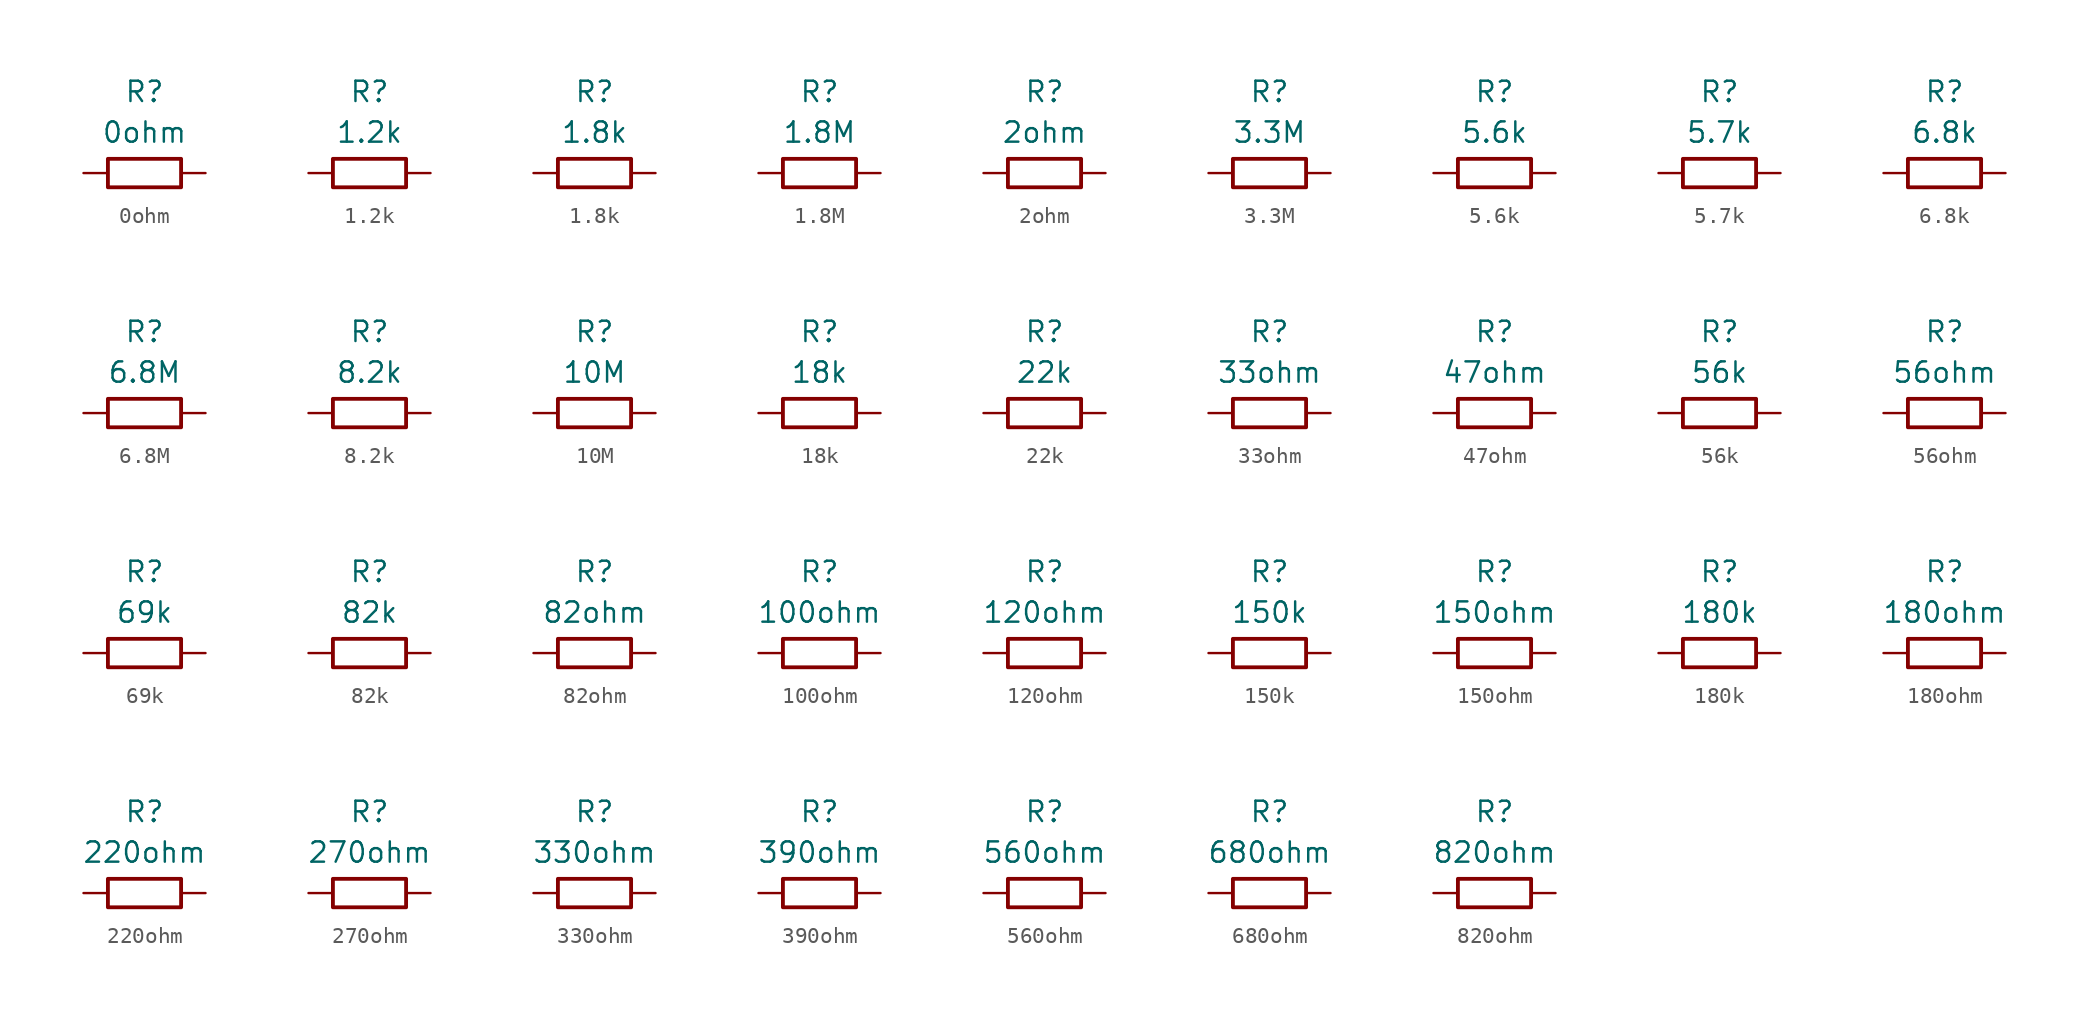
<source format=kicad_sym>
(kicad_symbol_lib
  (version 20220914)
  (generator kicad_symbol_editor)
  (symbol "0ohm"
    (property "Reference" "R"
      (at 0 5.08 0)
      (effects (font (size 1.27 1.27))))
    (property "Value" "0ohm"
      (at 0 2.54 0)
      (effects (font (size 1.27 1.27))))
    (symbol "0ohm_0_1"
      (rectangle (start -2.286 0.889) (end 2.286 -0.889) (stroke (width 0.24) (type default)) (fill (type none))))
    (symbol "0ohm_1_1"
      (pin passive line (at -3.81 0 0) (length 1.5) (name "" (effects (font (size 1.27 1.27)))) (number "1" (effects (font (size 0 0)))))
      (pin passive line (at 3.81 0 180) (length 1.5) (name "~" (effects (font (size 1.27 1.27)))) (number "2" (effects (font (size 0 0)))))))
  (symbol "1.2k"
    (property "Reference" "R"
      (at 0 5.08 0)
      (effects (font (size 1.27 1.27))))
    (property "Value" "1.2k"
      (at 0 2.54 0)
      (effects (font (size 1.27 1.27))))
    (symbol "1.2k_0_1"
      (rectangle (start -2.286 0.889) (end 2.286 -0.889) (stroke (width 0.24) (type default)) (fill (type none))))
    (symbol "1.2k_1_1"
      (pin passive line (at -3.81 0 0) (length 1.5) (name "" (effects (font (size 1.27 1.27)))) (number "1" (effects (font (size 0 0)))))
      (pin passive line (at 3.81 0 180) (length 1.5) (name "~" (effects (font (size 1.27 1.27)))) (number "2" (effects (font (size 0 0)))))))
  (symbol "1.8k"
    (property "Reference" "R"
      (at 0 5.08 0)
      (effects (font (size 1.27 1.27))))
    (property "Value" "1.8k"
      (at 0 2.54 0)
      (effects (font (size 1.27 1.27))))
    (symbol "1.8k_0_1"
      (rectangle (start -2.286 0.889) (end 2.286 -0.889) (stroke (width 0.24) (type default)) (fill (type none))))
    (symbol "1.8k_1_1"
      (pin passive line (at -3.81 0 0) (length 1.5) (name "" (effects (font (size 1.27 1.27)))) (number "1" (effects (font (size 0 0)))))
      (pin passive line (at 3.81 0 180) (length 1.5) (name "~" (effects (font (size 1.27 1.27)))) (number "2" (effects (font (size 0 0)))))))
  (symbol "1.8M"
    (property "Reference" "R"
      (at 0 5.08 0)
      (effects (font (size 1.27 1.27))))
    (property "Value" "1.8M"
      (at 0 2.54 0)
      (effects (font (size 1.27 1.27))))
    (symbol "1.8M_0_1"
      (rectangle (start -2.286 0.889) (end 2.286 -0.889) (stroke (width 0.24) (type default)) (fill (type none))))
    (symbol "1.8M_1_1"
      (pin passive line (at -3.81 0 0) (length 1.5) (name "" (effects (font (size 1.27 1.27)))) (number "1" (effects (font (size 0 0)))))
      (pin passive line (at 3.81 0 180) (length 1.5) (name "~" (effects (font (size 1.27 1.27)))) (number "2" (effects (font (size 0 0)))))))
  (symbol "2ohm"
    (property "Reference" "R"
      (at 0 5.08 0)
      (effects (font (size 1.27 1.27))))
    (property "Value" "2ohm"
      (at 0 2.54 0)
      (effects (font (size 1.27 1.27))))
    (symbol "2ohm_0_1"
      (rectangle (start -2.286 0.889) (end 2.286 -0.889) (stroke (width 0.24) (type default)) (fill (type none))))
    (symbol "2ohm_1_1"
      (pin passive line (at -3.81 0 0) (length 1.5) (name "" (effects (font (size 1.27 1.27)))) (number "1" (effects (font (size 0 0)))))
      (pin passive line (at 3.81 0 180) (length 1.5) (name "~" (effects (font (size 1.27 1.27)))) (number "2" (effects (font (size 0 0)))))))
  (symbol "3.3M"
    (property "Reference" "R"
      (at 0 5.08 0)
      (effects (font (size 1.27 1.27))))
    (property "Value" "3.3M"
      (at 0 2.54 0)
      (effects (font (size 1.27 1.27))))
    (symbol "3.3M_0_1"
      (rectangle (start -2.286 0.889) (end 2.286 -0.889) (stroke (width 0.24) (type default)) (fill (type none))))
    (symbol "3.3M_1_1"
      (pin passive line (at -3.81 0 0) (length 1.5) (name "" (effects (font (size 1.27 1.27)))) (number "1" (effects (font (size 0 0)))))
      (pin passive line (at 3.81 0 180) (length 1.5) (name "~" (effects (font (size 1.27 1.27)))) (number "2" (effects (font (size 0 0)))))))
  (symbol "5.6k"
    (property "Reference" "R"
      (at 0 5.08 0)
      (effects (font (size 1.27 1.27))))
    (property "Value" "5.6k"
      (at 0 2.54 0)
      (effects (font (size 1.27 1.27))))
    (symbol "5.6k_0_1"
      (rectangle (start -2.286 0.889) (end 2.286 -0.889) (stroke (width 0.24) (type default)) (fill (type none))))
    (symbol "5.6k_1_1"
      (pin passive line (at -3.81 0 0) (length 1.5) (name "" (effects (font (size 1.27 1.27)))) (number "1" (effects (font (size 0 0)))))
      (pin passive line (at 3.81 0 180) (length 1.5) (name "~" (effects (font (size 1.27 1.27)))) (number "2" (effects (font (size 0 0)))))))
  (symbol "5.7k"
    (property "Reference" "R"
      (at 0 5.08 0)
      (effects (font (size 1.27 1.27))))
    (property "Value" "5.7k"
      (at 0 2.54 0)
      (effects (font (size 1.27 1.27))))
    (symbol "5.7k_0_1"
      (rectangle (start -2.286 0.889) (end 2.286 -0.889) (stroke (width 0.24) (type default)) (fill (type none))))
    (symbol "5.7k_1_1"
      (pin passive line (at -3.81 0 0) (length 1.5) (name "" (effects (font (size 1.27 1.27)))) (number "1" (effects (font (size 0 0)))))
      (pin passive line (at 3.81 0 180) (length 1.5) (name "~" (effects (font (size 1.27 1.27)))) (number "2" (effects (font (size 0 0)))))))
  (symbol "6.8k"
    (property "Reference" "R"
      (at 0 5.08 0)
      (effects (font (size 1.27 1.27))))
    (property "Value" "6.8k"
      (at 0 2.54 0)
      (effects (font (size 1.27 1.27))))
    (symbol "6.8k_0_1"
      (rectangle (start -2.286 0.889) (end 2.286 -0.889) (stroke (width 0.24) (type default)) (fill (type none))))
    (symbol "6.8k_1_1"
      (pin passive line (at -3.81 0 0) (length 1.5) (name "" (effects (font (size 1.27 1.27)))) (number "1" (effects (font (size 0 0)))))
      (pin passive line (at 3.81 0 180) (length 1.5) (name "~" (effects (font (size 1.27 1.27)))) (number "2" (effects (font (size 0 0)))))))
  (symbol "6.8M"
    (property "Reference" "R"
      (at 0 5.08 0)
      (effects (font (size 1.27 1.27))))
    (property "Value" "6.8M"
      (at 0 2.54 0)
      (effects (font (size 1.27 1.27))))
    (symbol "6.8M_0_1"
      (rectangle (start -2.286 0.889) (end 2.286 -0.889) (stroke (width 0.24) (type default)) (fill (type none))))
    (symbol "6.8M_1_1"
      (pin passive line (at -3.81 0 0) (length 1.5) (name "" (effects (font (size 1.27 1.27)))) (number "1" (effects (font (size 0 0)))))
      (pin passive line (at 3.81 0 180) (length 1.5) (name "~" (effects (font (size 1.27 1.27)))) (number "2" (effects (font (size 0 0)))))))
  (symbol "8.2k"
    (property "Reference" "R"
      (at 0 5.08 0)
      (effects (font (size 1.27 1.27))))
    (property "Value" "8.2k"
      (at 0 2.54 0)
      (effects (font (size 1.27 1.27))))
    (symbol "8.2k_0_1"
      (rectangle (start -2.286 0.889) (end 2.286 -0.889) (stroke (width 0.24) (type default)) (fill (type none))))
    (symbol "8.2k_1_1"
      (pin passive line (at -3.81 0 0) (length 1.5) (name "" (effects (font (size 1.27 1.27)))) (number "1" (effects (font (size 0 0)))))
      (pin passive line (at 3.81 0 180) (length 1.5) (name "~" (effects (font (size 1.27 1.27)))) (number "2" (effects (font (size 0 0)))))))
  (symbol "10M"
    (property "Reference" "R"
      (at 0 5.08 0)
      (effects (font (size 1.27 1.27))))
    (property "Value" "10M"
      (at 0 2.54 0)
      (effects (font (size 1.27 1.27))))
    (symbol "10M_0_1"
      (rectangle (start -2.286 0.889) (end 2.286 -0.889) (stroke (width 0.24) (type default)) (fill (type none))))
    (symbol "10M_1_1"
      (pin passive line (at -3.81 0 0) (length 1.5) (name "" (effects (font (size 1.27 1.27)))) (number "1" (effects (font (size 0 0)))))
      (pin passive line (at 3.81 0 180) (length 1.5) (name "~" (effects (font (size 1.27 1.27)))) (number "2" (effects (font (size 0 0)))))))
  (symbol "18k"
    (property "Reference" "R"
      (at 0 5.08 0)
      (effects (font (size 1.27 1.27))))
    (property "Value" "18k"
      (at 0 2.54 0)
      (effects (font (size 1.27 1.27))))
    (symbol "18k_0_1"
      (rectangle (start -2.286 0.889) (end 2.286 -0.889) (stroke (width 0.24) (type default)) (fill (type none))))
    (symbol "18k_1_1"
      (pin passive line (at -3.81 0 0) (length 1.5) (name "" (effects (font (size 1.27 1.27)))) (number "1" (effects (font (size 0 0)))))
      (pin passive line (at 3.81 0 180) (length 1.5) (name "~" (effects (font (size 1.27 1.27)))) (number "2" (effects (font (size 0 0)))))))
  (symbol "22k"
    (property "Reference" "R"
      (at 0 5.08 0)
      (effects (font (size 1.27 1.27))))
    (property "Value" "22k"
      (at 0 2.54 0)
      (effects (font (size 1.27 1.27))))
    (symbol "22k_0_1"
      (rectangle (start -2.286 0.889) (end 2.286 -0.889) (stroke (width 0.24) (type default)) (fill (type none))))
    (symbol "22k_1_1"
      (pin passive line (at -3.81 0 0) (length 1.5) (name "" (effects (font (size 1.27 1.27)))) (number "1" (effects (font (size 0 0)))))
      (pin passive line (at 3.81 0 180) (length 1.5) (name "~" (effects (font (size 1.27 1.27)))) (number "2" (effects (font (size 0 0)))))))
  (symbol "33ohm"
    (property "Reference" "R"
      (at 0 5.08 0)
      (effects (font (size 1.27 1.27))))
    (property "Value" "33ohm"
      (at 0 2.54 0)
      (effects (font (size 1.27 1.27))))
    (symbol "33ohm_0_1"
      (rectangle (start -2.286 0.889) (end 2.286 -0.889) (stroke (width 0.24) (type default)) (fill (type none))))
    (symbol "33ohm_1_1"
      (pin passive line (at -3.81 0 0) (length 1.5) (name "" (effects (font (size 1.27 1.27)))) (number "1" (effects (font (size 0 0)))))
      (pin passive line (at 3.81 0 180) (length 1.5) (name "~" (effects (font (size 1.27 1.27)))) (number "2" (effects (font (size 0 0)))))))
  (symbol "47ohm"
    (property "Reference" "R"
      (at 0 5.08 0)
      (effects (font (size 1.27 1.27))))
    (property "Value" "47ohm"
      (at 0 2.54 0)
      (effects (font (size 1.27 1.27))))
    (symbol "47ohm_0_1"
      (rectangle (start -2.286 0.889) (end 2.286 -0.889) (stroke (width 0.24) (type default)) (fill (type none))))
    (symbol "47ohm_1_1"
      (pin passive line (at -3.81 0 0) (length 1.5) (name "" (effects (font (size 1.27 1.27)))) (number "1" (effects (font (size 0 0)))))
      (pin passive line (at 3.81 0 180) (length 1.5) (name "~" (effects (font (size 1.27 1.27)))) (number "2" (effects (font (size 0 0)))))))
  (symbol "56k"
    (property "Reference" "R"
      (at 0 5.08 0)
      (effects (font (size 1.27 1.27))))
    (property "Value" "56k"
      (at 0 2.54 0)
      (effects (font (size 1.27 1.27))))
    (symbol "56k_0_1"
      (rectangle (start -2.286 0.889) (end 2.286 -0.889) (stroke (width 0.24) (type default)) (fill (type none))))
    (symbol "56k_1_1"
      (pin passive line (at -3.81 0 0) (length 1.5) (name "" (effects (font (size 1.27 1.27)))) (number "1" (effects (font (size 0 0)))))
      (pin passive line (at 3.81 0 180) (length 1.5) (name "~" (effects (font (size 1.27 1.27)))) (number "2" (effects (font (size 0 0)))))))
  (symbol "56ohm"
    (property "Reference" "R"
      (at 0 5.08 0)
      (effects (font (size 1.27 1.27))))
    (property "Value" "56ohm"
      (at 0 2.54 0)
      (effects (font (size 1.27 1.27))))
    (symbol "56ohm_0_1"
      (rectangle (start -2.286 0.889) (end 2.286 -0.889) (stroke (width 0.24) (type default)) (fill (type none))))
    (symbol "56ohm_1_1"
      (pin passive line (at -3.81 0 0) (length 1.5) (name "" (effects (font (size 1.27 1.27)))) (number "1" (effects (font (size 0 0)))))
      (pin passive line (at 3.81 0 180) (length 1.5) (name "~" (effects (font (size 1.27 1.27)))) (number "2" (effects (font (size 0 0)))))))
  (symbol "69k"
    (property "Reference" "R"
      (at 0 5.08 0)
      (effects (font (size 1.27 1.27))))
    (property "Value" "69k"
      (at 0 2.54 0)
      (effects (font (size 1.27 1.27))))
    (symbol "69k_0_1"
      (rectangle (start -2.286 0.889) (end 2.286 -0.889) (stroke (width 0.24) (type default)) (fill (type none))))
    (symbol "69k_1_1"
      (pin passive line (at -3.81 0 0) (length 1.5) (name "" (effects (font (size 1.27 1.27)))) (number "1" (effects (font (size 0 0)))))
      (pin passive line (at 3.81 0 180) (length 1.5) (name "~" (effects (font (size 1.27 1.27)))) (number "2" (effects (font (size 0 0)))))))
  (symbol "82k"
    (property "Reference" "R"
      (at 0 5.08 0)
      (effects (font (size 1.27 1.27))))
    (property "Value" "82k"
      (at 0 2.54 0)
      (effects (font (size 1.27 1.27))))
    (symbol "82k_0_1"
      (rectangle (start -2.286 0.889) (end 2.286 -0.889) (stroke (width 0.24) (type default)) (fill (type none))))
    (symbol "82k_1_1"
      (pin passive line (at -3.81 0 0) (length 1.5) (name "" (effects (font (size 1.27 1.27)))) (number "1" (effects (font (size 0 0)))))
      (pin passive line (at 3.81 0 180) (length 1.5) (name "~" (effects (font (size 1.27 1.27)))) (number "2" (effects (font (size 0 0)))))))
  (symbol "82ohm"
    (property "Reference" "R"
      (at 0 5.08 0)
      (effects (font (size 1.27 1.27))))
    (property "Value" "82ohm"
      (at 0 2.54 0)
      (effects (font (size 1.27 1.27))))
    (symbol "82ohm_0_1"
      (rectangle (start -2.286 0.889) (end 2.286 -0.889) (stroke (width 0.24) (type default)) (fill (type none))))
    (symbol "82ohm_1_1"
      (pin passive line (at -3.81 0 0) (length 1.5) (name "" (effects (font (size 1.27 1.27)))) (number "1" (effects (font (size 0 0)))))
      (pin passive line (at 3.81 0 180) (length 1.5) (name "~" (effects (font (size 1.27 1.27)))) (number "2" (effects (font (size 0 0)))))))
  (symbol "100ohm"
    (property "Reference" "R"
      (at 0 5.08 0)
      (effects (font (size 1.27 1.27))))
    (property "Value" "100ohm"
      (at 0 2.54 0)
      (effects (font (size 1.27 1.27))))
    (symbol "100ohm_0_1"
      (rectangle (start -2.286 0.889) (end 2.286 -0.889) (stroke (width 0.24) (type default)) (fill (type none))))
    (symbol "100ohm_1_1"
      (pin passive line (at -3.81 0 0) (length 1.5) (name "" (effects (font (size 1.27 1.27)))) (number "1" (effects (font (size 0 0)))))
      (pin passive line (at 3.81 0 180) (length 1.5) (name "~" (effects (font (size 1.27 1.27)))) (number "2" (effects (font (size 0 0)))))))
  (symbol "120ohm"
    (property "Reference" "R"
      (at 0 5.08 0)
      (effects (font (size 1.27 1.27))))
    (property "Value" "120ohm"
      (at 0 2.54 0)
      (effects (font (size 1.27 1.27))))
    (symbol "120ohm_0_1"
      (rectangle (start -2.286 0.889) (end 2.286 -0.889) (stroke (width 0.24) (type default)) (fill (type none))))
    (symbol "120ohm_1_1"
      (pin passive line (at -3.81 0 0) (length 1.5) (name "" (effects (font (size 1.27 1.27)))) (number "1" (effects (font (size 0 0)))))
      (pin passive line (at 3.81 0 180) (length 1.5) (name "~" (effects (font (size 1.27 1.27)))) (number "2" (effects (font (size 0 0)))))))
  (symbol "150k"
    (property "Reference" "R"
      (at 0 5.08 0)
      (effects (font (size 1.27 1.27))))
    (property "Value" "150k"
      (at 0 2.54 0)
      (effects (font (size 1.27 1.27))))
    (symbol "150k_0_1"
      (rectangle (start -2.286 0.889) (end 2.286 -0.889) (stroke (width 0.24) (type default)) (fill (type none))))
    (symbol "150k_1_1"
      (pin passive line (at -3.81 0 0) (length 1.5) (name "" (effects (font (size 1.27 1.27)))) (number "1" (effects (font (size 0 0)))))
      (pin passive line (at 3.81 0 180) (length 1.5) (name "~" (effects (font (size 1.27 1.27)))) (number "2" (effects (font (size 0 0)))))))
  (symbol "150ohm"
    (property "Reference" "R"
      (at 0 5.08 0)
      (effects (font (size 1.27 1.27))))
    (property "Value" "150ohm"
      (at 0 2.54 0)
      (effects (font (size 1.27 1.27))))
    (symbol "150ohm_0_1"
      (rectangle (start -2.286 0.889) (end 2.286 -0.889) (stroke (width 0.24) (type default)) (fill (type none))))
    (symbol "150ohm_1_1"
      (pin passive line (at -3.81 0 0) (length 1.5) (name "" (effects (font (size 1.27 1.27)))) (number "1" (effects (font (size 0 0)))))
      (pin passive line (at 3.81 0 180) (length 1.5) (name "~" (effects (font (size 1.27 1.27)))) (number "2" (effects (font (size 0 0)))))))
  (symbol "180k"
    (property "Reference" "R"
      (at 0 5.08 0)
      (effects (font (size 1.27 1.27))))
    (property "Value" "180k"
      (at 0 2.54 0)
      (effects (font (size 1.27 1.27))))
    (symbol "180k_0_1"
      (rectangle (start -2.286 0.889) (end 2.286 -0.889) (stroke (width 0.24) (type default)) (fill (type none))))
    (symbol "180k_1_1"
      (pin passive line (at -3.81 0 0) (length 1.5) (name "" (effects (font (size 1.27 1.27)))) (number "1" (effects (font (size 0 0)))))
      (pin passive line (at 3.81 0 180) (length 1.5) (name "~" (effects (font (size 1.27 1.27)))) (number "2" (effects (font (size 0 0)))))))
  (symbol "180ohm"
    (property "Reference" "R"
      (at 0 5.08 0)
      (effects (font (size 1.27 1.27))))
    (property "Value" "180ohm"
      (at 0 2.54 0)
      (effects (font (size 1.27 1.27))))
    (symbol "180ohm_0_1"
      (rectangle (start -2.286 0.889) (end 2.286 -0.889) (stroke (width 0.24) (type default)) (fill (type none))))
    (symbol "180ohm_1_1"
      (pin passive line (at -3.81 0 0) (length 1.5) (name "" (effects (font (size 1.27 1.27)))) (number "1" (effects (font (size 0 0)))))
      (pin passive line (at 3.81 0 180) (length 1.5) (name "~" (effects (font (size 1.27 1.27)))) (number "2" (effects (font (size 0 0)))))))
  (symbol "220ohm"
    (property "Reference" "R"
      (at 0 5.08 0)
      (effects (font (size 1.27 1.27))))
    (property "Value" "220ohm"
      (at 0 2.54 0)
      (effects (font (size 1.27 1.27))))
    (symbol "220ohm_0_1"
      (rectangle (start -2.286 0.889) (end 2.286 -0.889) (stroke (width 0.24) (type default)) (fill (type none))))
    (symbol "220ohm_1_1"
      (pin passive line (at -3.81 0 0) (length 1.5) (name "" (effects (font (size 1.27 1.27)))) (number "1" (effects (font (size 0 0)))))
      (pin passive line (at 3.81 0 180) (length 1.5) (name "~" (effects (font (size 1.27 1.27)))) (number "2" (effects (font (size 0 0)))))))
  (symbol "270ohm"
    (property "Reference" "R"
      (at 0 5.08 0)
      (effects (font (size 1.27 1.27))))
    (property "Value" "270ohm"
      (at 0 2.54 0)
      (effects (font (size 1.27 1.27))))
    (symbol "270ohm_0_1"
      (rectangle (start -2.286 0.889) (end 2.286 -0.889) (stroke (width 0.24) (type default)) (fill (type none))))
    (symbol "270ohm_1_1"
      (pin passive line (at -3.81 0 0) (length 1.5) (name "" (effects (font (size 1.27 1.27)))) (number "1" (effects (font (size 0 0)))))
      (pin passive line (at 3.81 0 180) (length 1.5) (name "~" (effects (font (size 1.27 1.27)))) (number "2" (effects (font (size 0 0)))))))
  (symbol "330ohm"
    (property "Reference" "R"
      (at 0 5.08 0)
      (effects (font (size 1.27 1.27))))
    (property "Value" "330ohm"
      (at 0 2.54 0)
      (effects (font (size 1.27 1.27))))
    (symbol "330ohm_0_1"
      (rectangle (start -2.286 0.889) (end 2.286 -0.889) (stroke (width 0.24) (type default)) (fill (type none))))
    (symbol "330ohm_1_1"
      (pin passive line (at -3.81 0 0) (length 1.5) (name "" (effects (font (size 1.27 1.27)))) (number "1" (effects (font (size 0 0)))))
      (pin passive line (at 3.81 0 180) (length 1.5) (name "~" (effects (font (size 1.27 1.27)))) (number "2" (effects (font (size 0 0)))))))
  (symbol "390ohm"
    (property "Reference" "R"
      (at 0 5.08 0)
      (effects (font (size 1.27 1.27))))
    (property "Value" "390ohm"
      (at 0 2.54 0)
      (effects (font (size 1.27 1.27))))
    (symbol "390ohm_0_1"
      (rectangle (start -2.286 0.889) (end 2.286 -0.889) (stroke (width 0.24) (type default)) (fill (type none))))
    (symbol "390ohm_1_1"
      (pin passive line (at -3.81 0 0) (length 1.5) (name "" (effects (font (size 1.27 1.27)))) (number "1" (effects (font (size 0 0)))))
      (pin passive line (at 3.81 0 180) (length 1.5) (name "~" (effects (font (size 1.27 1.27)))) (number "2" (effects (font (size 0 0)))))))
  (symbol "560ohm"
    (property "Reference" "R"
      (at 0 5.08 0)
      (effects (font (size 1.27 1.27))))
    (property "Value" "560ohm"
      (at 0 2.54 0)
      (effects (font (size 1.27 1.27))))
    (symbol "560ohm_0_1"
      (rectangle (start -2.286 0.889) (end 2.286 -0.889) (stroke (width 0.24) (type default)) (fill (type none))))
    (symbol "560ohm_1_1"
      (pin passive line (at -3.81 0 0) (length 1.5) (name "" (effects (font (size 1.27 1.27)))) (number "1" (effects (font (size 0 0)))))
      (pin passive line (at 3.81 0 180) (length 1.5) (name "~" (effects (font (size 1.27 1.27)))) (number "2" (effects (font (size 0 0)))))))
  (symbol "680ohm"
    (property "Reference" "R"
      (at 0 5.08 0)
      (effects (font (size 1.27 1.27))))
    (property "Value" "680ohm"
      (at 0 2.54 0)
      (effects (font (size 1.27 1.27))))
    (symbol "680ohm_0_1"
      (rectangle (start -2.286 0.889) (end 2.286 -0.889) (stroke (width 0.24) (type default)) (fill (type none))))
    (symbol "680ohm_1_1"
      (pin passive line (at -3.81 0 0) (length 1.5) (name "" (effects (font (size 1.27 1.27)))) (number "1" (effects (font (size 0 0)))))
      (pin passive line (at 3.81 0 180) (length 1.5) (name "~" (effects (font (size 1.27 1.27)))) (number "2" (effects (font (size 0 0)))))))
  (symbol "820ohm"
    (property "Reference" "R"
      (at 0 5.08 0)
      (effects (font (size 1.27 1.27))))
    (property "Value" "820ohm"
      (at 0 2.54 0)
      (effects (font (size 1.27 1.27))))
    (symbol "820ohm_0_1"
      (rectangle (start -2.286 0.889) (end 2.286 -0.889) (stroke (width 0.24) (type default)) (fill (type none))))
    (symbol "820ohm_1_1"
      (pin passive line (at -3.81 0 0) (length 1.5) (name "" (effects (font (size 1.27 1.27)))) (number "1" (effects (font (size 0 0)))))
      (pin passive line (at 3.81 0 180) (length 1.5) (name "~" (effects (font (size 1.27 1.27)))) (number "2" (effects (font (size 0 0))))))))
</source>
